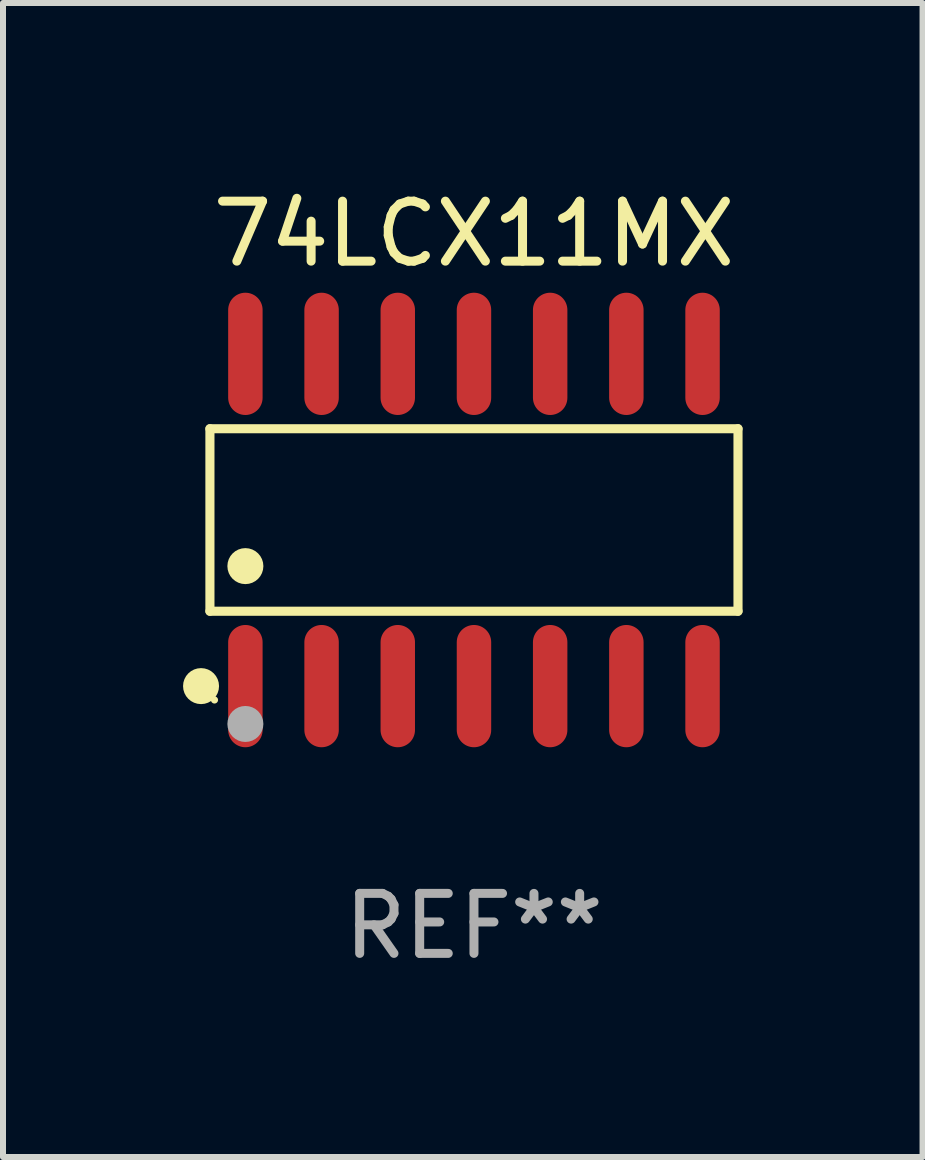
<source format=kicad_pcb>
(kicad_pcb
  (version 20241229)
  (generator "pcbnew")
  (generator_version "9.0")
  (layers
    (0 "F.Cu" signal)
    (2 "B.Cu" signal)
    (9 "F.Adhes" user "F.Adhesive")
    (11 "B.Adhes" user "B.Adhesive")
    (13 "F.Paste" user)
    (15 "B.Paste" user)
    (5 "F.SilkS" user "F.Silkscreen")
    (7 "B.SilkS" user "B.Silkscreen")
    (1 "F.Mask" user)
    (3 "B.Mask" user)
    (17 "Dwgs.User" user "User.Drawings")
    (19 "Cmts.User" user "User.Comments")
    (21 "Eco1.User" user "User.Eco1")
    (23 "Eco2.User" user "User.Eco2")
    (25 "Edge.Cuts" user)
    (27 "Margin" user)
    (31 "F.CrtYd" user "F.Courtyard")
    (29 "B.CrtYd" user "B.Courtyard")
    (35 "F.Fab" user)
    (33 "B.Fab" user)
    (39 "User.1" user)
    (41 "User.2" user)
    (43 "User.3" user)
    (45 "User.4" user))
  (footprint "74LCX11MX"
    (layer "F.Cu")
    (at 4.85 5.617)
    (property "Reference" "74LCX11MX" (at 0 -4.769 0) (layer "F.SilkS") (effects (font (size 1 1) (thickness 0.15))))
    (attr through_hole)
    (fp_line (start -4.401 -1.521) (end 4.401 -1.521) (stroke (width 0.152) (type solid)) (layer "F.SilkS"))
    (fp_line (start -4.401 1.521) (end -4.401 -1.521) (stroke (width 0.152) (type solid)) (layer "F.SilkS"))
    (fp_line (start 4.401 -1.521) (end 4.401 1.521) (stroke (width 0.152) (type solid)) (layer "F.SilkS"))
    (fp_line (start 4.401 1.521) (end -4.401 1.521) (stroke (width 0.152) (type solid)) (layer "F.SilkS"))
    (fp_circle (center -4.549 2.769) (end -4.399 2.769) (stroke (width 0.3) (type solid)) (fill no) (layer "F.SilkS"))
    (fp_circle (center -4.325 3) (end -4.295 3) (stroke (width 0.06) (type solid)) (fill no) (layer "F.SilkS"))
    (fp_circle (center -3.81 0.769) (end -3.66 0.769) (stroke (width 0.3) (type solid)) (fill no) (layer "F.SilkS"))
    (fp_circle (center -3.81 3.4) (end -3.66 3.4) (stroke (width 0.3) (type solid)) (fill no) (layer "F.Fab"))
    (fp_text user "REF**" (at 0 6.769 0) (layer "F.Fab") (effects (font (size 1 1) (thickness 0.15))))
    (pad "1" smd oval (at -3.81 2.769) (size 0.574 2.038) (layers "F.Cu" "F.Mask" "F.Paste"))
    (pad "2" smd oval (at -2.54 2.769) (size 0.574 2.038) (layers "F.Cu" "F.Mask" "F.Paste"))
    (pad "3" smd oval (at -1.27 2.769) (size 0.574 2.038) (layers "F.Cu" "F.Mask" "F.Paste"))
    (pad "4" smd oval (at 0 2.769) (size 0.574 2.038) (layers "F.Cu" "F.Mask" "F.Paste"))
    (pad "5" smd oval (at 1.27 2.769) (size 0.574 2.038) (layers "F.Cu" "F.Mask" "F.Paste"))
    (pad "6" smd oval (at 2.54 2.769) (size 0.574 2.038) (layers "F.Cu" "F.Mask" "F.Paste"))
    (pad "7" smd oval (at 3.81 2.769) (size 0.574 2.038) (layers "F.Cu" "F.Mask" "F.Paste"))
    (pad "8" smd oval (at 3.81 -2.769) (size 0.574 2.038) (layers "F.Cu" "F.Mask" "F.Paste"))
    (pad "9" smd oval (at 2.54 -2.769) (size 0.574 2.038) (layers "F.Cu" "F.Mask" "F.Paste"))
    (pad "10" smd oval (at 1.27 -2.769) (size 0.574 2.038) (layers "F.Cu" "F.Mask" "F.Paste"))
    (pad "11" smd oval (at 0 -2.769) (size 0.574 2.038) (layers "F.Cu" "F.Mask" "F.Paste"))
    (pad "12" smd oval (at -1.27 -2.769) (size 0.574 2.038) (layers "F.Cu" "F.Mask" "F.Paste"))
    (pad "13" smd oval (at -2.54 -2.769) (size 0.574 2.038) (layers "F.Cu" "F.Mask" "F.Paste"))
    (pad "14" smd oval (at -3.81 -2.769) (size 0.574 2.038) (layers "F.Cu" "F.Mask" "F.Paste")))
  (gr_rect
    (start -3 -3)
    (end 12.327 16.235)
    (stroke (width 0.1) (type default))
    (fill no)
    (layer "Edge.Cuts")))
</source>
